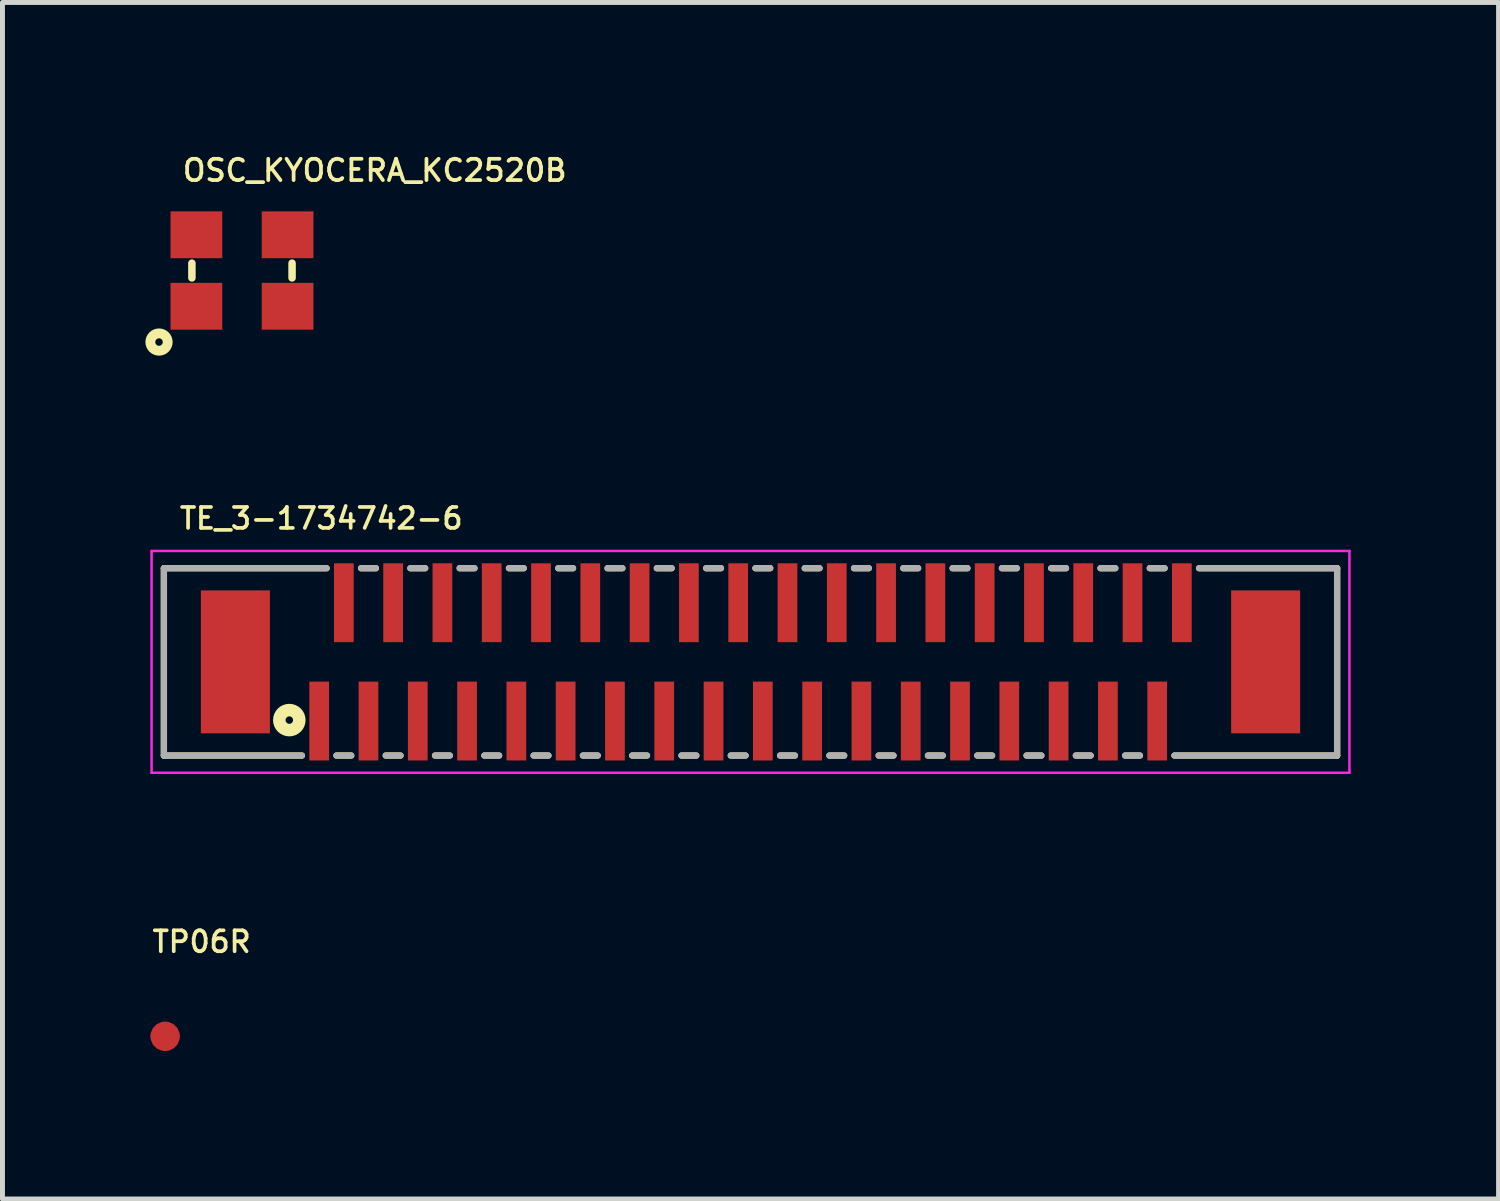
<source format=kicad_pcb>
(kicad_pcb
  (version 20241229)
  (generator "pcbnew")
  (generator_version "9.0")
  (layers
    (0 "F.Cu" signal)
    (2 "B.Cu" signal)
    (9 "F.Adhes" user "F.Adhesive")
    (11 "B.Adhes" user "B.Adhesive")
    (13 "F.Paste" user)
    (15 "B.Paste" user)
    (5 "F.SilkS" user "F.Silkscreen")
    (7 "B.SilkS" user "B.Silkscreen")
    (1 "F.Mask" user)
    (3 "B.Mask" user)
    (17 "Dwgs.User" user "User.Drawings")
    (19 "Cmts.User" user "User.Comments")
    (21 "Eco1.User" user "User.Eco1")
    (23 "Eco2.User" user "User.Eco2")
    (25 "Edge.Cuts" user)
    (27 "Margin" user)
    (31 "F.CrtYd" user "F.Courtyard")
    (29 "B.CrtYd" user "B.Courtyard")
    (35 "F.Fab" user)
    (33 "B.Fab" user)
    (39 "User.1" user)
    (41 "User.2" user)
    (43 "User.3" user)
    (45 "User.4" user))
  (footprint "TE_3-1734742-6"
    (layer "F.Cu")
    (at 13.175 10.377)
    (property "Reference" "TE_3-1734742-6" (at -12.621 -2.662 0) (unlocked yes) (layer "F.SilkS") (effects (font (size 0.425 0.425) (thickness 0.075)) (justify left bottom)))
    (fp_line (start -12.9 -1.9) (end -9.6 -1.9) (stroke (width 0.127) (type solid)) (layer "F.SilkS"))
    (fp_line (start -12.9 1.9) (end -12.9 -1.9) (stroke (width 0.127) (type solid)) (layer "F.SilkS"))
    (fp_line (start -12.9 1.9) (end -10.1 1.9) (stroke (width 0.127) (type solid)) (layer "F.SilkS"))
    (fp_line (start -9.4 1.9) (end -9.1 1.9) (stroke (width 0.127) (type solid)) (layer "F.SilkS"))
    (fp_line (start -8.9 -1.9) (end -8.6 -1.9) (stroke (width 0.127) (type solid)) (layer "F.SilkS"))
    (fp_line (start -8.4 1.9) (end -8.1 1.9) (stroke (width 0.127) (type solid)) (layer "F.SilkS"))
    (fp_line (start -7.9 -1.9) (end -7.6 -1.9) (stroke (width 0.127) (type solid)) (layer "F.SilkS"))
    (fp_line (start -7.4 1.9) (end -7.1 1.9) (stroke (width 0.127) (type solid)) (layer "F.SilkS"))
    (fp_line (start -6.9 -1.9) (end -6.6 -1.9) (stroke (width 0.127) (type solid)) (layer "F.SilkS"))
    (fp_line (start -6.4 1.9) (end -6.1 1.9) (stroke (width 0.127) (type solid)) (layer "F.SilkS"))
    (fp_line (start -5.9 -1.9) (end -5.6 -1.9) (stroke (width 0.127) (type solid)) (layer "F.SilkS"))
    (fp_line (start -5.4 1.9) (end -5.1 1.9) (stroke (width 0.127) (type solid)) (layer "F.SilkS"))
    (fp_line (start -4.9 -1.9) (end -4.6 -1.9) (stroke (width 0.127) (type solid)) (layer "F.SilkS"))
    (fp_line (start -4.4 1.9) (end -4.1 1.9) (stroke (width 0.127) (type solid)) (layer "F.SilkS"))
    (fp_line (start -3.9 -1.9) (end -3.6 -1.9) (stroke (width 0.127) (type solid)) (layer "F.SilkS"))
    (fp_line (start -3.4 1.9) (end -3.1 1.9) (stroke (width 0.127) (type solid)) (layer "F.SilkS"))
    (fp_line (start -2.9 -1.9) (end -2.6 -1.9) (stroke (width 0.127) (type solid)) (layer "F.SilkS"))
    (fp_line (start -2.4 1.9) (end -2.1 1.9) (stroke (width 0.127) (type solid)) (layer "F.SilkS"))
    (fp_line (start -1.9 -1.9) (end -1.6 -1.9) (stroke (width 0.127) (type solid)) (layer "F.SilkS"))
    (fp_line (start -1.4 1.9) (end -1.1 1.9) (stroke (width 0.127) (type solid)) (layer "F.SilkS"))
    (fp_line (start -0.9 -1.9) (end -0.6 -1.9) (stroke (width 0.127) (type solid)) (layer "F.SilkS"))
    (fp_line (start -0.4 1.9) (end -0.1 1.9) (stroke (width 0.127) (type solid)) (layer "F.SilkS"))
    (fp_line (start 0.1 -1.9) (end 0.4 -1.9) (stroke (width 0.127) (type solid)) (layer "F.SilkS"))
    (fp_line (start 0.6 1.9) (end 0.9 1.9) (stroke (width 0.127) (type solid)) (layer "F.SilkS"))
    (fp_line (start 1.1 -1.9) (end 1.4 -1.9) (stroke (width 0.127) (type solid)) (layer "F.SilkS"))
    (fp_line (start 1.6 1.9) (end 1.9 1.9) (stroke (width 0.127) (type solid)) (layer "F.SilkS"))
    (fp_line (start 2.1 -1.9) (end 2.4 -1.9) (stroke (width 0.127) (type solid)) (layer "F.SilkS"))
    (fp_line (start 2.6 1.9) (end 2.9 1.9) (stroke (width 0.127) (type solid)) (layer "F.SilkS"))
    (fp_line (start 3.1 -1.9) (end 3.4 -1.9) (stroke (width 0.127) (type solid)) (layer "F.SilkS"))
    (fp_line (start 3.6 1.9) (end 3.9 1.9) (stroke (width 0.127) (type solid)) (layer "F.SilkS"))
    (fp_line (start 4.1 -1.9) (end 4.4 -1.9) (stroke (width 0.127) (type solid)) (layer "F.SilkS"))
    (fp_line (start 4.6 1.9) (end 4.9 1.9) (stroke (width 0.127) (type solid)) (layer "F.SilkS"))
    (fp_line (start 5.1 -1.9) (end 5.4 -1.9) (stroke (width 0.127) (type solid)) (layer "F.SilkS"))
    (fp_line (start 5.6 1.9) (end 5.9 1.9) (stroke (width 0.127) (type solid)) (layer "F.SilkS"))
    (fp_line (start 6.1 -1.9) (end 6.4 -1.9) (stroke (width 0.127) (type solid)) (layer "F.SilkS"))
    (fp_line (start 6.6 1.9) (end 6.9 1.9) (stroke (width 0.127) (type solid)) (layer "F.SilkS"))
    (fp_line (start 7.1 -1.9) (end 7.4 -1.9) (stroke (width 0.127) (type solid)) (layer "F.SilkS"))
    (fp_line (start 8.1 -1.9) (end 10.9 -1.9) (stroke (width 0.127) (type solid)) (layer "F.SilkS"))
    (fp_line (start 10.9 -1.9) (end 10.9 1.9) (stroke (width 0.127) (type solid)) (layer "F.SilkS"))
    (fp_line (start 10.9 1.9) (end 7.6 1.9) (stroke (width 0.127) (type solid)) (layer "F.SilkS"))
    (fp_circle (center -10.356 1.181) (end -10.28 1.181) (stroke (width 0.254) (type solid)) (fill no) (layer "F.SilkS"))
    (fp_line (start -13.15 -2.25) (end -13.15 2.25) (stroke (width 0.05) (type solid)) (layer "F.CrtYd"))
    (fp_line (start -13.15 2.25) (end 11.15 2.25) (stroke (width 0.05) (type solid)) (layer "F.CrtYd"))
    (fp_line (start 11.15 -2.25) (end -13.15 -2.25) (stroke (width 0.05) (type solid)) (layer "F.CrtYd"))
    (fp_line (start 11.15 2.25) (end 11.15 -2.25) (stroke (width 0.05) (type solid)) (layer "F.CrtYd"))
    (fp_line (start -12.9 -1.9) (end -9.6 -1.9) (stroke (width 0.127) (type solid)) (layer "F.Fab"))
    (fp_line (start -12.9 1.9) (end -12.9 -1.9) (stroke (width 0.127) (type solid)) (layer "F.Fab"))
    (fp_line (start -10.1 1.9) (end -12.9 1.9) (stroke (width 0.127) (type solid)) (layer "F.Fab"))
    (fp_line (start -9.4 1.9) (end -9.1 1.9) (stroke (width 0.127) (type solid)) (layer "F.Fab"))
    (fp_line (start -8.9 -1.9) (end -8.6 -1.9) (stroke (width 0.127) (type solid)) (layer "F.Fab"))
    (fp_line (start -8.4 1.9) (end -8.1 1.9) (stroke (width 0.127) (type solid)) (layer "F.Fab"))
    (fp_line (start -7.9 -1.9) (end -7.6 -1.9) (stroke (width 0.127) (type solid)) (layer "F.Fab"))
    (fp_line (start -7.4 1.9) (end -7.1 1.9) (stroke (width 0.127) (type solid)) (layer "F.Fab"))
    (fp_line (start -6.9 -1.9) (end -6.6 -1.9) (stroke (width 0.127) (type solid)) (layer "F.Fab"))
    (fp_line (start -6.4 1.9) (end -6.1 1.9) (stroke (width 0.127) (type solid)) (layer "F.Fab"))
    (fp_line (start -5.9 -1.9) (end -5.6 -1.9) (stroke (width 0.127) (type solid)) (layer "F.Fab"))
    (fp_line (start -5.4 1.9) (end -5.1 1.9) (stroke (width 0.127) (type solid)) (layer "F.Fab"))
    (fp_line (start -4.9 -1.9) (end -4.6 -1.9) (stroke (width 0.127) (type solid)) (layer "F.Fab"))
    (fp_line (start -4.4 1.9) (end -4.1 1.9) (stroke (width 0.127) (type solid)) (layer "F.Fab"))
    (fp_line (start -3.9 -1.9) (end -3.6 -1.9) (stroke (width 0.127) (type solid)) (layer "F.Fab"))
    (fp_line (start -3.4 1.9) (end -3.1 1.9) (stroke (width 0.127) (type solid)) (layer "F.Fab"))
    (fp_line (start -2.9 -1.9) (end -2.6 -1.9) (stroke (width 0.127) (type solid)) (layer "F.Fab"))
    (fp_line (start -2.4 1.9) (end -2.1 1.9) (stroke (width 0.127) (type solid)) (layer "F.Fab"))
    (fp_line (start -1.9 -1.9) (end -1.6 -1.9) (stroke (width 0.127) (type solid)) (layer "F.Fab"))
    (fp_line (start -1.1 1.9) (end -1.4 1.9) (stroke (width 0.127) (type solid)) (layer "F.Fab"))
    (fp_line (start -0.6 -1.9) (end -0.9 -1.9) (stroke (width 0.127) (type solid)) (layer "F.Fab"))
    (fp_line (start -0.4 1.9) (end -0.1 1.9) (stroke (width 0.127) (type solid)) (layer "F.Fab"))
    (fp_line (start 0.1 -1.9) (end 0.4 -1.9) (stroke (width 0.127) (type solid)) (layer "F.Fab"))
    (fp_line (start 0.6 1.9) (end 0.9 1.9) (stroke (width 0.127) (type solid)) (layer "F.Fab"))
    (fp_line (start 1.1 -1.9) (end 1.4 -1.9) (stroke (width 0.127) (type solid)) (layer "F.Fab"))
    (fp_line (start 1.6 1.9) (end 1.9 1.9) (stroke (width 0.127) (type solid)) (layer "F.Fab"))
    (fp_line (start 2.1 -1.9) (end 2.4 -1.9) (stroke (width 0.127) (type solid)) (layer "F.Fab"))
    (fp_line (start 2.6 1.9) (end 2.9 1.9) (stroke (width 0.127) (type solid)) (layer "F.Fab"))
    (fp_line (start 3.1 -1.9) (end 3.4 -1.9) (stroke (width 0.127) (type solid)) (layer "F.Fab"))
    (fp_line (start 3.6 1.9) (end 3.9 1.9) (stroke (width 0.127) (type solid)) (layer "F.Fab"))
    (fp_line (start 4.1 -1.9) (end 4.4 -1.9) (stroke (width 0.127) (type solid)) (layer "F.Fab"))
    (fp_line (start 4.6 1.9) (end 4.9 1.9) (stroke (width 0.127) (type solid)) (layer "F.Fab"))
    (fp_line (start 5.1 -1.9) (end 5.4 -1.9) (stroke (width 0.127) (type solid)) (layer "F.Fab"))
    (fp_line (start 5.6 1.9) (end 5.9 1.9) (stroke (width 0.127) (type solid)) (layer "F.Fab"))
    (fp_line (start 6.1 -1.9) (end 6.4 -1.9) (stroke (width 0.127) (type solid)) (layer "F.Fab"))
    (fp_line (start 6.6 1.9) (end 6.9 1.9) (stroke (width 0.127) (type solid)) (layer "F.Fab"))
    (fp_line (start 7.1 -1.9) (end 7.4 -1.9) (stroke (width 0.127) (type solid)) (layer "F.Fab"))
    (fp_line (start 7.6 1.9) (end 10.9 1.9) (stroke (width 0.127) (type solid)) (layer "F.Fab"))
    (fp_line (start 10.9 -1.9) (end 8.1 -1.9) (stroke (width 0.127) (type solid)) (layer "F.Fab"))
    (fp_line (start 10.9 1.9) (end 10.9 -1.9) (stroke (width 0.127) (type solid)) (layer "F.Fab"))
    (pad "1" smd rect (at -9.75 1.2 90) (size 1.6 0.4) (layers "F.Cu" "F.Mask" "F.Paste"))
    (pad "2" smd rect (at -9.25 -1.2 90) (size 1.6 0.4) (layers "F.Cu" "F.Mask" "F.Paste"))
    (pad "3" smd rect (at -8.75 1.2 90) (size 1.6 0.4) (layers "F.Cu" "F.Mask" "F.Paste"))
    (pad "4" smd rect (at -8.25 -1.2 90) (size 1.6 0.4) (layers "F.Cu" "F.Mask" "F.Paste"))
    (pad "5" smd rect (at -7.75 1.2 90) (size 1.6 0.4) (layers "F.Cu" "F.Mask" "F.Paste"))
    (pad "6" smd rect (at -7.25 -1.2 90) (size 1.6 0.4) (layers "F.Cu" "F.Mask" "F.Paste"))
    (pad "7" smd rect (at -6.75 1.2 90) (size 1.6 0.4) (layers "F.Cu" "F.Mask" "F.Paste"))
    (pad "8" smd rect (at -6.25 -1.2 90) (size 1.6 0.4) (layers "F.Cu" "F.Mask" "F.Paste"))
    (pad "9" smd rect (at -5.75 1.2 90) (size 1.6 0.4) (layers "F.Cu" "F.Mask" "F.Paste"))
    (pad "10" smd rect (at -5.25 -1.2 90) (size 1.6 0.4) (layers "F.Cu" "F.Mask" "F.Paste"))
    (pad "11" smd rect (at -4.75 1.2 90) (size 1.6 0.4) (layers "F.Cu" "F.Mask" "F.Paste"))
    (pad "12" smd rect (at -4.25 -1.2 90) (size 1.6 0.4) (layers "F.Cu" "F.Mask" "F.Paste"))
    (pad "13" smd rect (at -3.75 1.2 90) (size 1.6 0.4) (layers "F.Cu" "F.Mask" "F.Paste"))
    (pad "14" smd rect (at -3.25 -1.2 90) (size 1.6 0.4) (layers "F.Cu" "F.Mask" "F.Paste"))
    (pad "15" smd rect (at -2.75 1.2 90) (size 1.6 0.4) (layers "F.Cu" "F.Mask" "F.Paste"))
    (pad "16" smd rect (at -2.25 -1.2 90) (size 1.6 0.4) (layers "F.Cu" "F.Mask" "F.Paste"))
    (pad "17" smd rect (at -1.75 1.2 90) (size 1.6 0.4) (layers "F.Cu" "F.Mask" "F.Paste"))
    (pad "18" smd rect (at -1.25 -1.2 90) (size 1.6 0.4) (layers "F.Cu" "F.Mask" "F.Paste"))
    (pad "19" smd rect (at -0.75 1.2 90) (size 1.6 0.4) (layers "F.Cu" "F.Mask" "F.Paste"))
    (pad "20" smd rect (at -0.25 -1.2 90) (size 1.6 0.4) (layers "F.Cu" "F.Mask" "F.Paste"))
    (pad "21" smd rect (at 0.25 1.2 90) (size 1.6 0.4) (layers "F.Cu" "F.Mask" "F.Paste"))
    (pad "22" smd rect (at 0.75 -1.2 90) (size 1.6 0.4) (layers "F.Cu" "F.Mask" "F.Paste"))
    (pad "23" smd rect (at 1.25 1.2 90) (size 1.6 0.4) (layers "F.Cu" "F.Mask" "F.Paste"))
    (pad "24" smd rect (at 1.75 -1.2 90) (size 1.6 0.4) (layers "F.Cu" "F.Mask" "F.Paste"))
    (pad "25" smd rect (at 2.25 1.2 90) (size 1.6 0.4) (layers "F.Cu" "F.Mask" "F.Paste"))
    (pad "26" smd rect (at 2.75 -1.2 90) (size 1.6 0.4) (layers "F.Cu" "F.Mask" "F.Paste"))
    (pad "27" smd rect (at 3.25 1.2 90) (size 1.6 0.4) (layers "F.Cu" "F.Mask" "F.Paste"))
    (pad "28" smd rect (at 3.75 -1.2 90) (size 1.6 0.4) (layers "F.Cu" "F.Mask" "F.Paste"))
    (pad "29" smd rect (at 4.25 1.2 90) (size 1.6 0.4) (layers "F.Cu" "F.Mask" "F.Paste"))
    (pad "30" smd rect (at 4.75 -1.2 90) (size 1.6 0.4) (layers "F.Cu" "F.Mask" "F.Paste"))
    (pad "31" smd rect (at 5.25 1.2 90) (size 1.6 0.4) (layers "F.Cu" "F.Mask" "F.Paste"))
    (pad "32" smd rect (at 5.75 -1.2 90) (size 1.6 0.4) (layers "F.Cu" "F.Mask" "F.Paste"))
    (pad "33" smd rect (at 6.25 1.2 90) (size 1.6 0.4) (layers "F.Cu" "F.Mask" "F.Paste"))
    (pad "34" smd rect (at 6.75 -1.2 90) (size 1.6 0.4) (layers "F.Cu" "F.Mask" "F.Paste"))
    (pad "35" smd rect (at 7.25 1.2 90) (size 1.6 0.4) (layers "F.Cu" "F.Mask" "F.Paste"))
    (pad "36" smd rect (at 7.75 -1.2 90) (size 1.6 0.4) (layers "F.Cu" "F.Mask" "F.Paste"))
    (pad "S1" smd rect (at -11.45 0 90) (size 2.9 1.4) (layers "F.Cu" "F.Mask" "F.Paste"))
    (pad "S2" smd rect (at 9.45 0 90) (size 2.9 1.4) (layers "F.Cu" "F.Mask" "F.Paste")))
  (footprint "OSC_KYOCERA_KC2520B"
    (layer "F.Cu")
    (at 1.859 2.438)
    (property "Reference" "OSC_KYOCERA_KC2520B" (at -1.245 -1.778 0) (unlocked yes) (layer "F.SilkS") (effects (font (size 0.432 0.432) (thickness 0.076)) (justify left bottom)))
    (fp_line (start -1.016 -0.15) (end -1.016 0.15) (stroke (width 0.152) (type solid)) (layer "F.SilkS"))
    (fp_line (start 1.016 -0.15) (end 1.016 0.15) (stroke (width 0.152) (type solid)) (layer "F.SilkS"))
    (fp_circle (center -1.683 1.451) (end -1.607 1.451) (stroke (width 0.2) (type solid)) (fill no) (layer "F.SilkS"))
    (pad "1" smd rect (at -0.925 0.725) (size 1.05 0.95) (layers "F.Cu" "F.Mask" "F.Paste"))
    (pad "2" smd rect (at 0.925 0.725) (size 1.05 0.95) (layers "F.Cu" "F.Mask" "F.Paste"))
    (pad "3" smd rect (at 0.925 -0.725) (size 1.05 0.95) (layers "F.Cu" "F.Mask" "F.Paste"))
    (pad "4" smd rect (at -0.925 -0.725) (size 1.05 0.95) (layers "F.Cu" "F.Mask" "F.Paste")))
  (footprint "TP06R"
    (layer "F.Cu")
    (at 0.3 17.973)
    (property "Reference" "TP06R" (at -0.3 -1.67 0) (unlocked yes) (layer "F.SilkS") (effects (font (size 0.425 0.425) (thickness 0.075)) (justify left bottom)))
    (pad "TP" smd roundrect (at 0 0) (size 0.6 0.6) (layers "F.Cu" "F.Mask") (roundrect_rratio 0.5)))
  (gr_rect
    (start -3 -3)
    (end 27.35 21.273)
    (stroke (width 0.1) (type default))
    (fill no)
    (layer "Edge.Cuts")))
</source>
